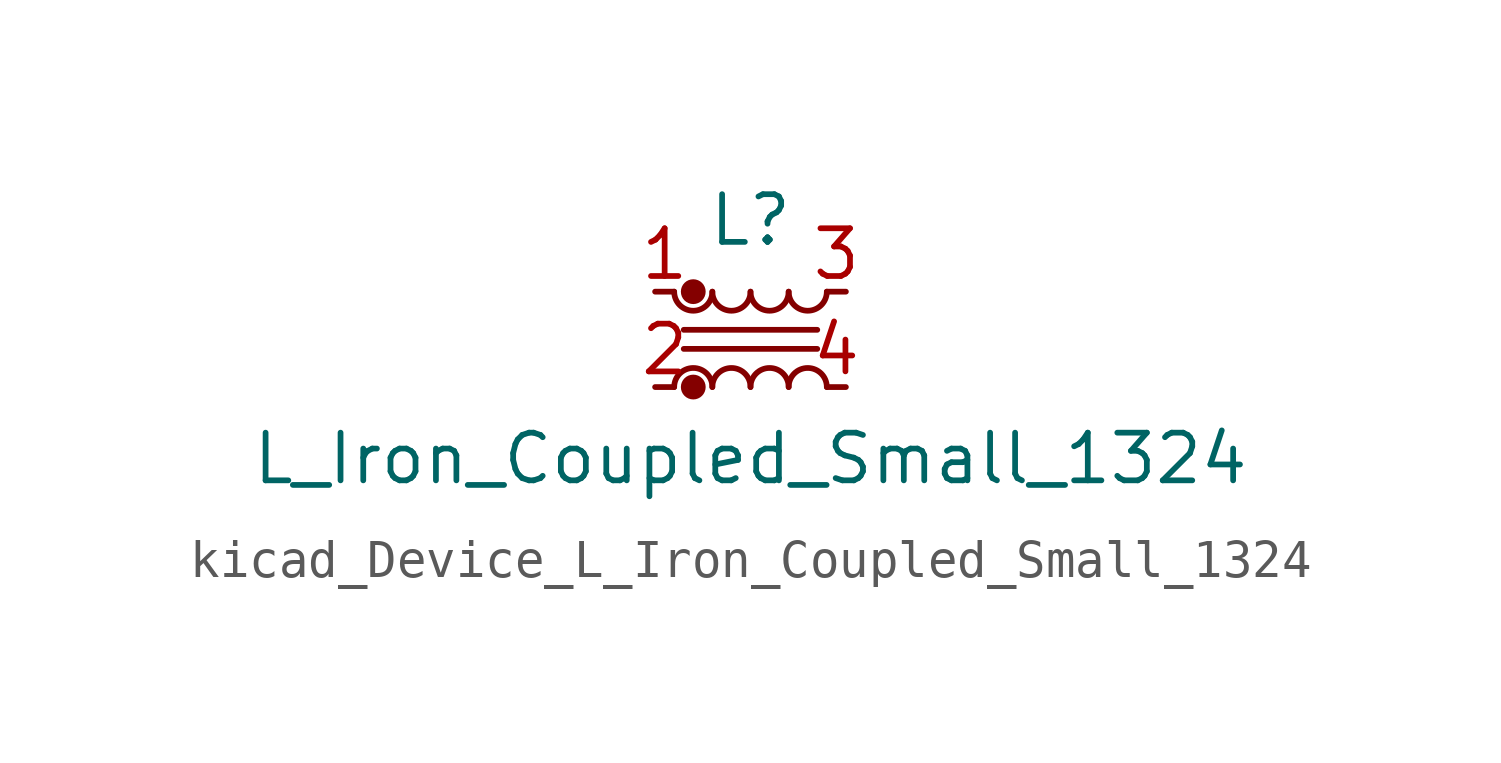
<source format=kicad_sym>
(kicad_symbol_lib
  (version 20220914)
  (generator kicad_symbol_editor)
  (symbol "kicad_Device_L_Iron_Coupled_Small_1324"
    (pin_names
      (offset 0.254) hide)
    (property "Reference" "L"
      (at 0 3.175 0)
      (effects (font (size 1.27 1.27))))
    (property "Value" "L_Iron_Coupled_Small_1324"
      (at 0 -3.175 0)
      (effects (font (size 1.27 1.27))))
    (symbol "kicad_Device_L_Iron_Coupled_Small_1324_0_1"
      (arc (start -2.032 1.27) (mid -1.524 0.7642) (end -1.016 1.27) (stroke (width 0) (type default)) (fill (type none)))
      (circle (center -1.524 -1.27) (radius 0.254) (stroke (width 0) (type default)) (fill (type outline)))
      (circle (center -1.524 1.27) (radius 0.254) (stroke (width 0) (type default)) (fill (type outline)))
      (arc (start -1.016 -1.27) (mid -1.524 -0.7642) (end -2.032 -1.27) (stroke (width 0) (type default)) (fill (type none)))
      (arc (start -1.016 1.27) (mid -0.508 0.7642) (end 0 1.27) (stroke (width 0) (type default)) (fill (type none)))
      (arc (start 0 -1.27) (mid -0.508 -0.7642) (end -1.016 -1.27) (stroke (width 0) (type default)) (fill (type none)))
      (polyline (pts (xy 1.778 -0.254) (xy -1.778 -0.254)) (stroke (width 0) (type default)) (fill (type none)))
      (polyline (pts (xy 1.778 0.254) (xy -1.778 0.254)) (stroke (width 0) (type default)) (fill (type none)))
      (arc (start 0 1.27) (mid 0.508 0.7642) (end 1.016 1.27) (stroke (width 0) (type default)) (fill (type none)))
      (arc (start 1.016 -1.27) (mid 0.508 -0.7642) (end 0 -1.27) (stroke (width 0) (type default)) (fill (type none)))
      (arc (start 1.016 1.27) (mid 1.524 0.7642) (end 2.032 1.27) (stroke (width 0) (type default)) (fill (type none)))
      (arc (start 2.032 -1.27) (mid 1.524 -0.7642) (end 1.016 -1.27) (stroke (width 0) (type default)) (fill (type none))))
    (symbol "kicad_Device_L_Iron_Coupled_Small_1324_1_1"
      (pin passive line (at -2.54 1.27 0) (length 0.508) (name "1" (effects (font (size 1.27 1.27)))) (number "1" (effects (font (size 1.27 1.27)))))
      (pin passive line (at -2.54 -1.27 0) (length 0.508) (name "2" (effects (font (size 1.27 1.27)))) (number "2" (effects (font (size 1.27 1.27)))))
      (pin passive line (at 2.54 1.27 180) (length 0.508) (name "3" (effects (font (size 1.27 1.27)))) (number "3" (effects (font (size 1.27 1.27)))))
      (pin passive line (at 2.54 -1.27 180) (length 0.508) (name "4" (effects (font (size 1.27 1.27)))) (number "4" (effects (font (size 1.27 1.27))))))))
</source>
